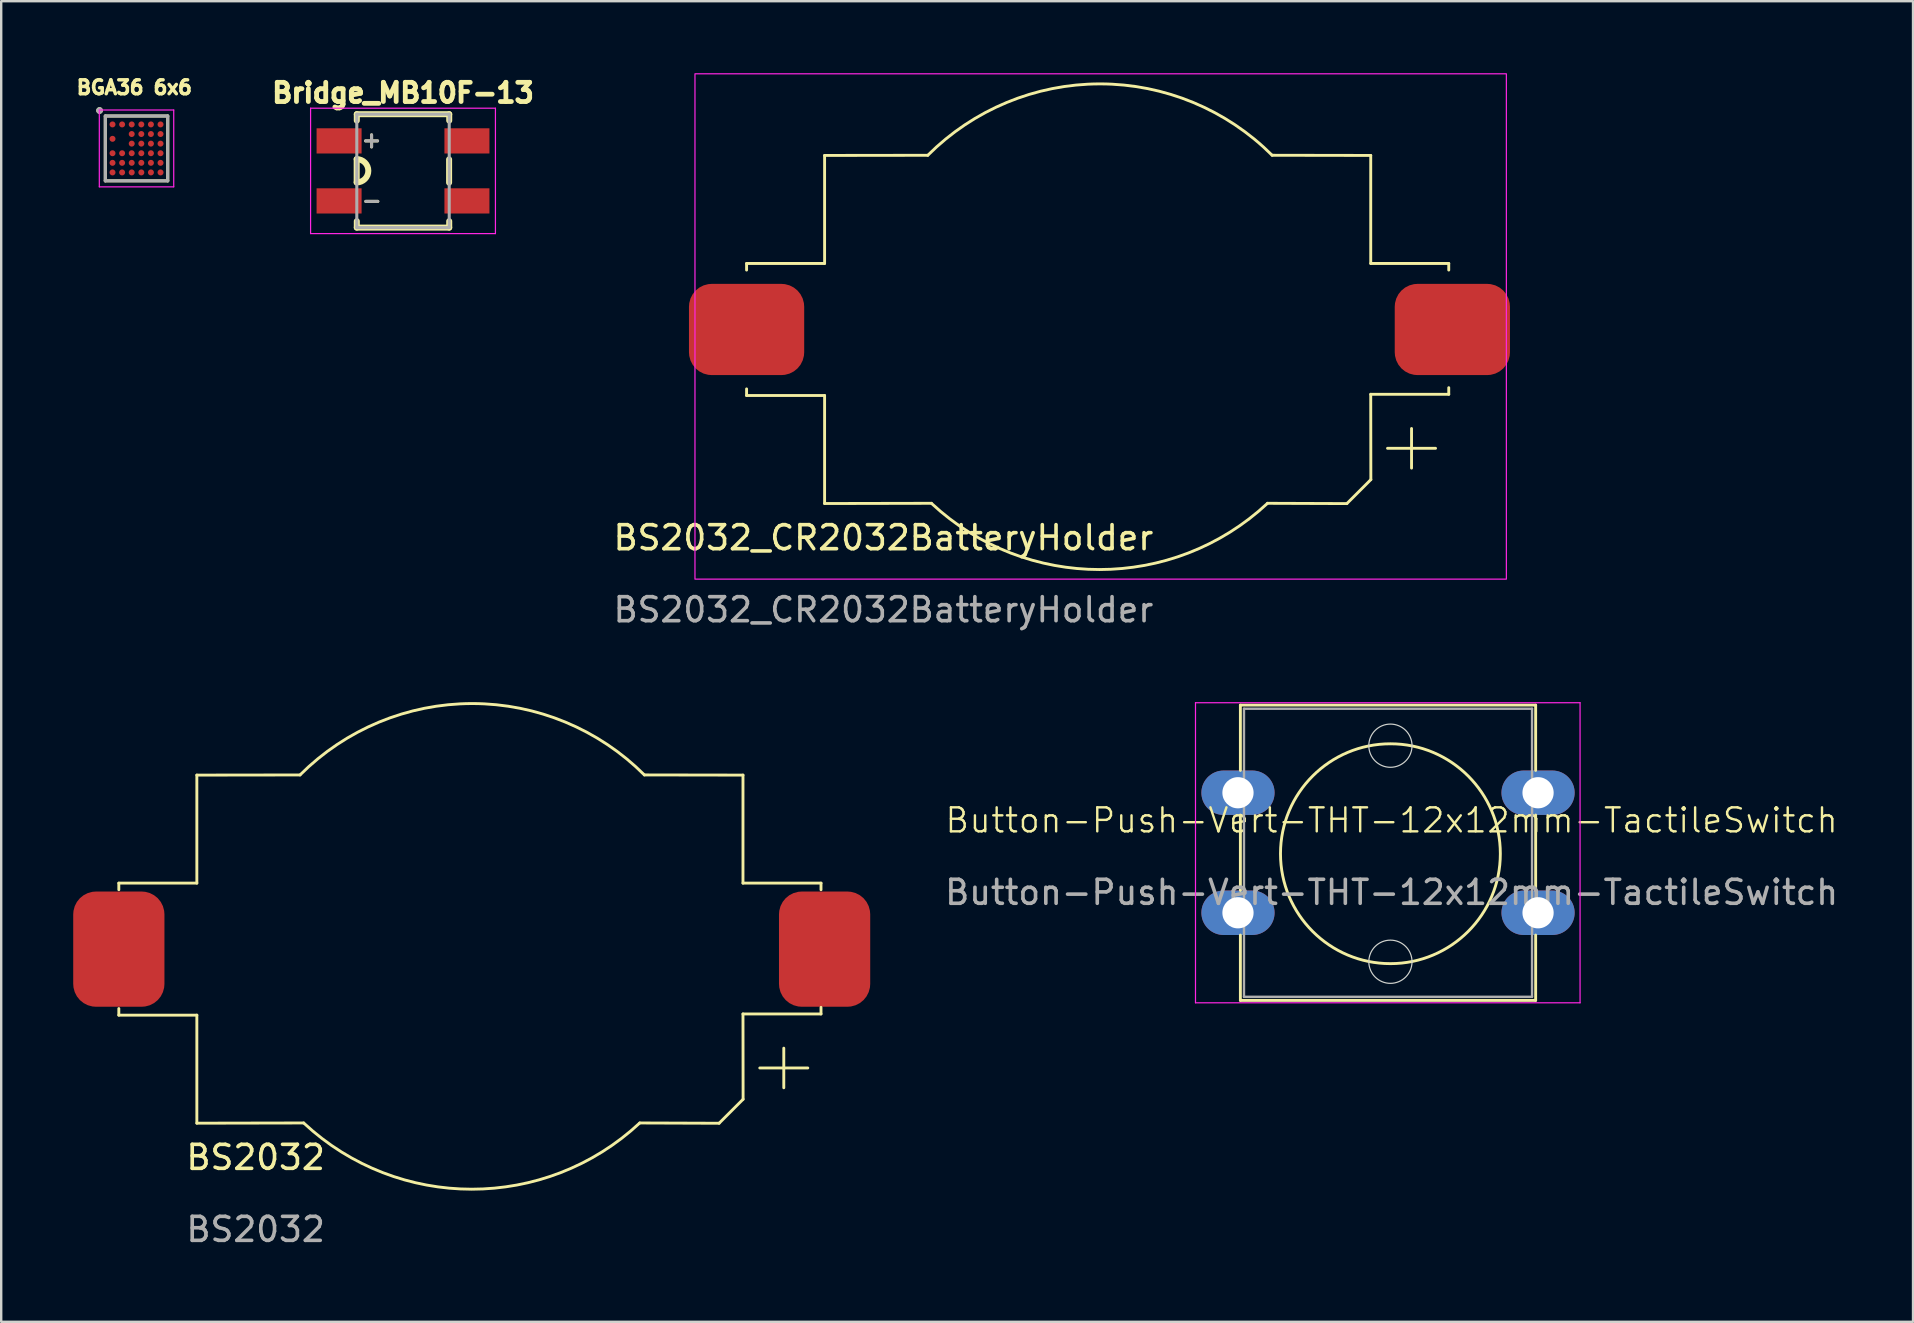
<source format=kicad_pcb>
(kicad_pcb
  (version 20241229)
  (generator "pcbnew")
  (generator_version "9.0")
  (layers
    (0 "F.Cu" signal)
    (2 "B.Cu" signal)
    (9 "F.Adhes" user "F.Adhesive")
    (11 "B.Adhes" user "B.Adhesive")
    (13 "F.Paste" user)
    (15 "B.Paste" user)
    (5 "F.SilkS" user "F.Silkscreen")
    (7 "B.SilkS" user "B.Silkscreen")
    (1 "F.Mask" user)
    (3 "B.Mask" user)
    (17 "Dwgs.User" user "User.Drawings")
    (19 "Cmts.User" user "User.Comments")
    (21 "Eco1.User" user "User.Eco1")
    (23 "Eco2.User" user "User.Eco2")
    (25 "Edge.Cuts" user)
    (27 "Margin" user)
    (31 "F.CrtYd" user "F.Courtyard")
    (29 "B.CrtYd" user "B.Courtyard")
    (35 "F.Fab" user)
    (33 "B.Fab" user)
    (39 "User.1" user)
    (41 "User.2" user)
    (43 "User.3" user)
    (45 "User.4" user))
  (footprint "BS2032"
    (layer "F.Cu")
    (at 16.6 36.488)
    (property "Reference" "BS2032" (at -9 8.675 0) (unlocked yes) (layer "F.SilkS") (effects (font (size 1 1) (thickness 0.15))))
    (attr smd)
    (fp_line (start -14.7 -2.475) (end -14.7 -2.75) (stroke (width 0.12) (type solid)) (layer "F.SilkS"))
    (fp_line (start -14.7 2.475) (end -14.7 2.75) (stroke (width 0.12) (type solid)) (layer "F.SilkS"))
    (fp_line (start -14.7 2.75) (end -11.45 2.75) (stroke (width 0.12) (type solid)) (layer "F.SilkS"))
    (fp_line (start -11.45 -2.75) (end -14.7 -2.75) (stroke (width 0.12) (type solid)) (layer "F.SilkS"))
    (fp_line (start -11.45 -2.75) (end -11.45 -7.25) (stroke (width 0.12) (type solid)) (layer "F.SilkS"))
    (fp_line (start -11.45 2.75) (end -11.45 7.25) (stroke (width 0.12) (type solid)) (layer "F.SilkS"))
    (fp_line (start -7.152 -7.256) (end -11.45 -7.25) (stroke (width 0.12) (type solid)) (layer "F.SilkS"))
    (fp_line (start -7 7.241) (end -11.45 7.25) (stroke (width 0.12) (type solid)) (layer "F.SilkS"))
    (fp_line (start 7 7.241) (end 10.305 7.253) (stroke (width 0.12) (type solid)) (layer "F.SilkS"))
    (fp_line (start 7.193 -7.257) (end 11.3 -7.25) (stroke (width 0.12) (type solid)) (layer "F.SilkS"))
    (fp_line (start 11.3 -2.75) (end 11.3 -7.25) (stroke (width 0.12) (type solid)) (layer "F.SilkS"))
    (fp_line (start 11.3 -2.75) (end 14.55 -2.75) (stroke (width 0.12) (type solid)) (layer "F.SilkS"))
    (fp_line (start 11.3 2.7) (end 11.305 6.253) (stroke (width 0.12) (type solid)) (layer "F.SilkS"))
    (fp_line (start 11.3 2.7) (end 14.55 2.7) (stroke (width 0.12) (type solid)) (layer "F.SilkS"))
    (fp_line (start 11.305 6.253) (end 10.305 7.253) (stroke (width 0.12) (type solid)) (layer "F.SilkS"))
    (fp_line (start 12 4.95) (end 14 4.95) (stroke (width 0.12) (type solid)) (layer "F.SilkS"))
    (fp_line (start 13 4.125) (end 13 5.775) (stroke (width 0.12) (type solid)) (layer "F.SilkS"))
    (fp_line (start 14.55 -2.475) (end 14.55 -2.75) (stroke (width 0.12) (type solid)) (layer "F.SilkS"))
    (fp_line (start 14.55 2.7) (end 14.55 2.425) (stroke (width 0.12) (type solid)) (layer "F.SilkS"))
    (fp_arc (start -7.151612 -7.255735) (mid 0.020824 -10.230199) (end 7.192551 -7.256671) (stroke (width 0.12) (type solid)) (layer "F.SilkS"))
    (fp_arc (start 7 7.240858) (mid 0 10) (end -7 7.240858) (stroke (width 0.12) (type solid)) (layer "F.SilkS"))
    (fp_text user "${REFERENCE}" (at -9 11.675 0) (unlocked yes) (layer "F.Fab") (effects (font (size 1 1) (thickness 0.15))))
    (pad "1" smd roundrect (at 14.7 0) (size 3.8 4.8) (layers "F.Cu" "F.Mask" "F.Paste") (roundrect_rratio 0.25))
    (pad "2" smd roundrect (at -14.7 0) (size 3.8 4.8) (layers "F.Cu" "F.Mask" "F.Paste") (roundrect_rratio 0.25)))
  (footprint "Button-Push-Vert-THT-12x12mm-TactileSwitch"
    (layer "F.Cu")
    (at 54.87 32.513)
    (property "Reference" "Button-Push-Vert-THT-12x12mm-TactileSwitch" (at 0.05 -1.39 0) (unlocked yes) (layer "F.SilkS") (effects (font (size 1 1) (thickness 0.1))))
    (attr through_hole)
    (fp_line (start -6.25 -6.19) (end 6.05 -6.19) (stroke (width 0.12) (type solid)) (layer "F.SilkS"))
    (fp_line (start -6.25 -3.47) (end -6.25 -6.19) (stroke (width 0.12) (type solid)) (layer "F.SilkS"))
    (fp_line (start -6.25 1.53) (end -6.25 -1.61) (stroke (width 0.12) (type solid)) (layer "F.SilkS"))
    (fp_line (start -6.25 6.11) (end -6.25 3.39) (stroke (width 0.12) (type solid)) (layer "F.SilkS"))
    (fp_line (start 6.05 -6.19) (end 6.05 -3.47) (stroke (width 0.12) (type solid)) (layer "F.SilkS"))
    (fp_line (start 6.05 -1.61) (end 6.05 1.53) (stroke (width 0.12) (type solid)) (layer "F.SilkS"))
    (fp_line (start 6.05 3.39) (end 6.05 6.11) (stroke (width 0.12) (type solid)) (layer "F.SilkS"))
    (fp_line (start 6.05 6.11) (end -6.25 6.11) (stroke (width 0.12) (type solid)) (layer "F.SilkS"))
    (fp_circle (center 0 0) (end 3.81 2.54) (stroke (width 0.12) (type solid)) (fill no) (layer "F.SilkS"))
    (fp_circle (center 0 -4.5) (end 0.9 -4.5) (stroke (width 0.05) (type default)) (fill no) (layer "Edge.Cuts"))
    (fp_circle (center 0 4.5) (end 0.9 4.5) (stroke (width 0.05) (type default)) (fill no) (layer "Edge.Cuts"))
    (fp_line (start -8.12 -6.29) (end -8.12 6.21) (stroke (width 0.05) (type solid)) (layer "F.CrtYd"))
    (fp_line (start -8.12 -6.29) (end 7.9 -6.29) (stroke (width 0.05) (type solid)) (layer "F.CrtYd"))
    (fp_line (start 7.9 6.21) (end -8.12 6.21) (stroke (width 0.05) (type solid)) (layer "F.CrtYd"))
    (fp_line (start 7.9 6.21) (end 7.9 -6.29) (stroke (width 0.05) (type solid)) (layer "F.CrtYd"))
    (fp_line (start -6.1 -6.04) (end -6.1 5.96) (stroke (width 0.1) (type solid)) (layer "F.Fab"))
    (fp_line (start -6.1 -6.04) (end 5.9 -6.04) (stroke (width 0.1) (type solid)) (layer "F.Fab"))
    (fp_line (start -6.1 5.96) (end 5.9 5.96) (stroke (width 0.1) (type solid)) (layer "F.Fab"))
    (fp_line (start 5.9 -6.04) (end 5.9 5.96) (stroke (width 0.1) (type solid)) (layer "F.Fab"))
    (fp_text user "${REFERENCE}" (at 0.05 1.61 0) (unlocked yes) (layer "F.Fab") (effects (font (size 1 1) (thickness 0.15))))
    (pad "1" thru_hole oval (at -6.35 -2.54) (size 3.048 1.85) (drill 1.3) (layers "*.Cu" "*.Mask"))
    (pad "1" thru_hole oval (at 6.15 -2.54) (size 3.048 1.85) (drill 1.3) (layers "*.Cu" "*.Mask"))
    (pad "2" thru_hole oval (at -6.35 2.46) (size 3.048 1.85) (drill 1.3) (layers "*.Cu" "*.Mask"))
    (pad "2" thru_hole oval (at 6.15 2.46) (size 3.048 1.85) (drill 1.3) (layers "*.Cu" "*.Mask")))
  (footprint "BS2032_CR2032BatteryHolder"
    (layer "F.Cu")
    (at 42.75 10.675)
    (property "Reference" "BS2032_CR2032BatteryHolder" (at -9 8.675 0) (unlocked yes) (layer "F.SilkS") (effects (font (size 1 1) (thickness 0.15))))
    (attr smd)
    (fp_line (start -14.7 -2.475) (end -14.7 -2.75) (stroke (width 0.12) (type solid)) (layer "F.SilkS"))
    (fp_line (start -14.7 2.475) (end -14.7 2.75) (stroke (width 0.12) (type solid)) (layer "F.SilkS"))
    (fp_line (start -14.7 2.75) (end -11.45 2.75) (stroke (width 0.12) (type solid)) (layer "F.SilkS"))
    (fp_line (start -11.45 -2.75) (end -14.7 -2.75) (stroke (width 0.12) (type solid)) (layer "F.SilkS"))
    (fp_line (start -11.45 -2.75) (end -11.45 -7.25) (stroke (width 0.12) (type solid)) (layer "F.SilkS"))
    (fp_line (start -11.45 2.75) (end -11.45 7.25) (stroke (width 0.12) (type solid)) (layer "F.SilkS"))
    (fp_line (start -7.152 -7.256) (end -11.45 -7.25) (stroke (width 0.12) (type solid)) (layer "F.SilkS"))
    (fp_line (start -7 7.241) (end -11.45 7.25) (stroke (width 0.12) (type solid)) (layer "F.SilkS"))
    (fp_line (start 7 7.241) (end 10.305 7.253) (stroke (width 0.12) (type solid)) (layer "F.SilkS"))
    (fp_line (start 7.193 -7.257) (end 11.3 -7.25) (stroke (width 0.12) (type solid)) (layer "F.SilkS"))
    (fp_line (start 11.3 -2.75) (end 11.3 -7.25) (stroke (width 0.12) (type solid)) (layer "F.SilkS"))
    (fp_line (start 11.3 -2.75) (end 14.55 -2.75) (stroke (width 0.12) (type solid)) (layer "F.SilkS"))
    (fp_line (start 11.3 2.7) (end 11.305 6.253) (stroke (width 0.12) (type solid)) (layer "F.SilkS"))
    (fp_line (start 11.3 2.7) (end 14.55 2.7) (stroke (width 0.12) (type solid)) (layer "F.SilkS"))
    (fp_line (start 11.305 6.253) (end 10.305 7.253) (stroke (width 0.12) (type solid)) (layer "F.SilkS"))
    (fp_line (start 12 4.95) (end 14 4.95) (stroke (width 0.12) (type solid)) (layer "F.SilkS"))
    (fp_line (start 13 4.125) (end 13 5.775) (stroke (width 0.12) (type solid)) (layer "F.SilkS"))
    (fp_line (start 14.55 -2.475) (end 14.55 -2.75) (stroke (width 0.12) (type solid)) (layer "F.SilkS"))
    (fp_line (start 14.55 2.7) (end 14.55 2.425) (stroke (width 0.12) (type solid)) (layer "F.SilkS"))
    (fp_arc (start -7.151612 -7.255735) (mid 0.020824 -10.230199) (end 7.192551 -7.256671) (stroke (width 0.12) (type solid)) (layer "F.SilkS"))
    (fp_arc (start 7 7.240858) (mid 0 10) (end -7 7.240858) (stroke (width 0.12) (type solid)) (layer "F.SilkS"))
    (fp_rect (start -16.85 -10.65) (end 16.95 10.4) (stroke (width 0.05) (type solid)) (fill no) (layer "F.CrtYd"))
    (fp_text user "${REFERENCE}" (at -9 11.675 0) (unlocked yes) (layer "F.Fab") (effects (font (size 1 1) (thickness 0.15))))
    (pad "1" smd roundrect (at 14.7 0 270) (size 3.8 4.8) (layers "F.Cu" "F.Mask" "F.Paste") (roundrect_rratio 0.25))
    (pad "2" smd roundrect (at -14.7 0 270) (size 3.8 4.8) (layers "F.Cu" "F.Mask" "F.Paste") (roundrect_rratio 0.25)))
  (footprint "BGA36 6x6"
    (layer "F.Cu")
    (at 2.637 3.133)
    (property "Reference" "BGA36 6x6" (at -0.092 -2.54 0) (layer "F.SilkS") (effects (font (size 0.579 0.579) (thickness 0.15))))
    (attr through_hole)
    (fp_circle (center -1 -1) (end -0.825 -1) (stroke (width 0) (type solid)) (fill yes) (layer "F.Mask"))
    (fp_circle (center -1 -0.4) (end -0.825 -0.4) (stroke (width 0) (type solid)) (fill yes) (layer "F.Mask"))
    (fp_circle (center -1 0.2) (end -0.825 0.2) (stroke (width 0) (type solid)) (fill yes) (layer "F.Mask"))
    (fp_circle (center -1 0.6) (end -0.825 0.6) (stroke (width 0) (type solid)) (fill yes) (layer "F.Mask"))
    (fp_circle (center -1 1) (end -0.825 1) (stroke (width 0) (type solid)) (fill yes) (layer "F.Mask"))
    (fp_circle (center -0.6 -1) (end -0.425 -1) (stroke (width 0) (type solid)) (fill yes) (layer "F.Mask"))
    (fp_circle (center -0.6 0.2) (end -0.425 0.2) (stroke (width 0) (type solid)) (fill yes) (layer "F.Mask"))
    (fp_circle (center -0.6 0.6) (end -0.425 0.6) (stroke (width 0) (type solid)) (fill yes) (layer "F.Mask"))
    (fp_circle (center -0.6 1) (end -0.425 1) (stroke (width 0) (type solid)) (fill yes) (layer "F.Mask"))
    (fp_circle (center -0.2 -1) (end -0.025 -1) (stroke (width 0) (type solid)) (fill yes) (layer "F.Mask"))
    (fp_circle (center -0.2 -0.6) (end -0.025 -0.6) (stroke (width 0) (type solid)) (fill yes) (layer "F.Mask"))
    (fp_circle (center -0.2 -0.2) (end -0.025 -0.2) (stroke (width 0) (type solid)) (fill yes) (layer "F.Mask"))
    (fp_circle (center -0.2 0.2) (end -0.025 0.2) (stroke (width 0) (type solid)) (fill yes) (layer "F.Mask"))
    (fp_circle (center -0.2 0.6) (end -0.025 0.6) (stroke (width 0) (type solid)) (fill yes) (layer "F.Mask"))
    (fp_circle (center -0.2 1) (end -0.025 1) (stroke (width 0) (type solid)) (fill yes) (layer "F.Mask"))
    (fp_circle (center 0.2 -1) (end 0.375 -1) (stroke (width 0) (type solid)) (fill yes) (layer "F.Mask"))
    (fp_circle (center 0.2 -0.6) (end 0.375 -0.6) (stroke (width 0) (type solid)) (fill yes) (layer "F.Mask"))
    (fp_circle (center 0.2 -0.2) (end 0.375 -0.2) (stroke (width 0) (type solid)) (fill yes) (layer "F.Mask"))
    (fp_circle (center 0.2 0.2) (end 0.375 0.2) (stroke (width 0) (type solid)) (fill yes) (layer "F.Mask"))
    (fp_circle (center 0.2 0.6) (end 0.375 0.6) (stroke (width 0) (type solid)) (fill yes) (layer "F.Mask"))
    (fp_circle (center 0.2 1) (end 0.375 1) (stroke (width 0) (type solid)) (fill yes) (layer "F.Mask"))
    (fp_circle (center 0.6 -1) (end 0.775 -1) (stroke (width 0) (type solid)) (fill yes) (layer "F.Mask"))
    (fp_circle (center 0.6 -0.6) (end 0.775 -0.6) (stroke (width 0) (type solid)) (fill yes) (layer "F.Mask"))
    (fp_circle (center 0.6 -0.2) (end 0.775 -0.2) (stroke (width 0) (type solid)) (fill yes) (layer "F.Mask"))
    (fp_circle (center 0.6 0.2) (end 0.775 0.2) (stroke (width 0) (type solid)) (fill yes) (layer "F.Mask"))
    (fp_circle (center 0.6 0.6) (end 0.775 0.6) (stroke (width 0) (type solid)) (fill yes) (layer "F.Mask"))
    (fp_circle (center 0.6 1) (end 0.775 1) (stroke (width 0) (type solid)) (fill yes) (layer "F.Mask"))
    (fp_circle (center 1 -1) (end 1.175 -1) (stroke (width 0) (type solid)) (fill yes) (layer "F.Mask"))
    (fp_circle (center 1 -0.6) (end 1.175 -0.6) (stroke (width 0) (type solid)) (fill yes) (layer "F.Mask"))
    (fp_circle (center 1 -0.2) (end 1.175 -0.2) (stroke (width 0) (type solid)) (fill yes) (layer "F.Mask"))
    (fp_circle (center 1 0.2) (end 1.175 0.2) (stroke (width 0) (type solid)) (fill yes) (layer "F.Mask"))
    (fp_circle (center 1 0.6) (end 1.175 0.6) (stroke (width 0) (type solid)) (fill yes) (layer "F.Mask"))
    (fp_circle (center 1 1) (end 1.175 1) (stroke (width 0) (type solid)) (fill yes) (layer "F.Mask"))
    (fp_line (start -1.3 -1.35) (end 1.3 -1.35) (stroke (width 0.127) (type solid)) (layer "F.SilkS"))
    (fp_line (start -1.3 1.35) (end -1.3 -1.35) (stroke (width 0.127) (type solid)) (layer "F.SilkS"))
    (fp_line (start 1.3 -1.35) (end 1.3 1.35) (stroke (width 0.127) (type solid)) (layer "F.SilkS"))
    (fp_line (start 1.3 1.35) (end -1.3 1.35) (stroke (width 0.127) (type solid)) (layer "F.SilkS"))
    (fp_circle (center -1.54 -1.58) (end -1.47 -1.58) (stroke (width 0.14) (type solid)) (fill no) (layer "F.SilkS"))
    (fp_line (start -1.55 -1.6) (end 1.55 -1.6) (stroke (width 0.05) (type solid)) (layer "F.CrtYd"))
    (fp_line (start -1.55 1.6) (end -1.55 -1.6) (stroke (width 0.05) (type solid)) (layer "F.CrtYd"))
    (fp_line (start 1.55 -1.6) (end 1.55 1.6) (stroke (width 0.05) (type solid)) (layer "F.CrtYd"))
    (fp_line (start 1.55 1.6) (end -1.55 1.6) (stroke (width 0.05) (type solid)) (layer "F.CrtYd"))
    (fp_line (start -1.3 -1.35) (end 1.3 -1.35) (stroke (width 0.127) (type solid)) (layer "F.Fab"))
    (fp_line (start -1.3 1.35) (end -1.3 -1.35) (stroke (width 0.127) (type solid)) (layer "F.Fab"))
    (fp_line (start 1.3 -1.35) (end 1.3 1.35) (stroke (width 0.127) (type solid)) (layer "F.Fab"))
    (fp_line (start 1.3 1.35) (end -1.3 1.35) (stroke (width 0.127) (type solid)) (layer "F.Fab"))
    (fp_circle (center -1.54 -1.58) (end -1.47 -1.58) (stroke (width 0.14) (type solid)) (fill no) (layer "F.Fab"))
    (pad "A1" smd circle (at -1 -1) (size 0.25 0.25) (layers "F.Cu" "F.Paste"))
    (pad "A2" smd circle (at -0.6 -1) (size 0.25 0.25) (layers "F.Cu" "F.Paste"))
    (pad "A3" smd circle (at -0.2 -1) (size 0.25 0.25) (layers "F.Cu" "F.Paste"))
    (pad "A4" smd circle (at 0.2 -1) (size 0.25 0.25) (layers "F.Cu" "F.Paste"))
    (pad "A5" smd circle (at 0.6 -1) (size 0.25 0.25) (layers "F.Cu" "F.Paste"))
    (pad "A6" smd circle (at 1 -1) (size 0.25 0.25) (layers "F.Cu" "F.Paste"))
    (pad "B3" smd circle (at -0.2 -0.6) (size 0.25 0.25) (layers "F.Cu" "F.Paste"))
    (pad "B4" smd circle (at 0.2 -0.6) (size 0.25 0.25) (layers "F.Cu" "F.Paste"))
    (pad "B5" smd circle (at 0.6 -0.6) (size 0.25 0.25) (layers "F.Cu" "F.Paste"))
    (pad "B6" smd circle (at 1 -0.6) (size 0.25 0.25) (layers "F.Cu" "F.Paste"))
    (pad "C1" smd circle (at -1 -0.4) (size 0.25 0.25) (layers "F.Cu" "F.Paste"))
    (pad "D3" smd circle (at -0.2 -0.2) (size 0.25 0.25) (layers "F.Cu" "F.Paste"))
    (pad "D4" smd circle (at 0.2 -0.2) (size 0.25 0.25) (layers "F.Cu" "F.Paste"))
    (pad "D5" smd circle (at 0.6 -0.2) (size 0.25 0.25) (layers "F.Cu" "F.Paste"))
    (pad "D6" smd circle (at 1 -0.2) (size 0.25 0.25) (layers "F.Cu" "F.Paste"))
    (pad "E1" smd circle (at -1 0.2) (size 0.25 0.25) (layers "F.Cu" "F.Paste"))
    (pad "E2" smd circle (at -0.6 0.2) (size 0.25 0.25) (layers "F.Cu" "F.Paste"))
    (pad "E3" smd circle (at -0.2 0.2) (size 0.25 0.25) (layers "F.Cu" "F.Paste"))
    (pad "E4" smd circle (at 0.2 0.2) (size 0.25 0.25) (layers "F.Cu" "F.Paste"))
    (pad "E5" smd circle (at 0.6 0.2) (size 0.25 0.25) (layers "F.Cu" "F.Paste"))
    (pad "E6" smd circle (at 1 0.2) (size 0.25 0.25) (layers "F.Cu" "F.Paste"))
    (pad "F1" smd circle (at -1 0.6) (size 0.25 0.25) (layers "F.Cu" "F.Paste"))
    (pad "F2" smd circle (at -0.6 0.6) (size 0.25 0.25) (layers "F.Cu" "F.Paste"))
    (pad "F3" smd circle (at -0.2 0.6) (size 0.25 0.25) (layers "F.Cu" "F.Paste"))
    (pad "F4" smd circle (at 0.2 0.6) (size 0.25 0.25) (layers "F.Cu" "F.Paste"))
    (pad "F5" smd circle (at 0.6 0.6) (size 0.25 0.25) (layers "F.Cu" "F.Paste"))
    (pad "F6" smd circle (at 1 0.6) (size 0.25 0.25) (layers "F.Cu" "F.Paste"))
    (pad "G1" smd circle (at -1 1) (size 0.25 0.25) (layers "F.Cu" "F.Paste"))
    (pad "G2" smd circle (at -0.6 1) (size 0.25 0.25) (layers "F.Cu" "F.Paste"))
    (pad "G3" smd circle (at -0.2 1) (size 0.25 0.25) (layers "F.Cu" "F.Paste"))
    (pad "G4" smd circle (at 0.2 1) (size 0.25 0.25) (layers "F.Cu" "F.Paste"))
    (pad "G5" smd circle (at 0.6 1) (size 0.25 0.25) (layers "F.Cu" "F.Paste"))
    (pad "G6" smd circle (at 1 1) (size 0.25 0.25) (layers "F.Cu" "F.Paste")))
  (footprint "Bridge_MB10F-13"
    (layer "F.Cu")
    (at 13.738 4.069)
    (property "Reference" "Bridge_MB10F-13" (at 0 -3.25 0) (layer "F.SilkS") (effects (font (size 0.8 0.8) (thickness 0.2))))
    (attr smd)
    (fp_line (start -1.93 0.48) (end -1.93 -0.49) (stroke (width 0.25) (type solid)) (layer "F.SilkS"))
    (fp_line (start -1.925 -2.362) (end -1.925 -2.095) (stroke (width 0.25) (type solid)) (layer "F.SilkS"))
    (fp_line (start -1.925 2.095) (end -1.925 2.362) (stroke (width 0.25) (type solid)) (layer "F.SilkS"))
    (fp_line (start -1.925 2.362) (end 1.925 2.362) (stroke (width 0.25) (type solid)) (layer "F.SilkS"))
    (fp_line (start -1.56 -1.25) (end -1.06 -1.25) (stroke (width 0.127) (type solid)) (layer "F.SilkS"))
    (fp_line (start -1.55 1.27) (end -1.05 1.27) (stroke (width 0.127) (type solid)) (layer "F.SilkS"))
    (fp_line (start -1.31 -1.5) (end -1.31 -1) (stroke (width 0.127) (type solid)) (layer "F.SilkS"))
    (fp_line (start 1.92 0.49) (end 1.92 -0.48) (stroke (width 0.25) (type solid)) (layer "F.SilkS"))
    (fp_line (start 1.925 -2.362) (end -1.925 -2.362) (stroke (width 0.25) (type solid)) (layer "F.SilkS"))
    (fp_line (start 1.925 -2.095) (end 1.925 -2.362) (stroke (width 0.25) (type solid)) (layer "F.SilkS"))
    (fp_line (start 1.925 2.362) (end 1.925 2.095) (stroke (width 0.25) (type solid)) (layer "F.SilkS"))
    (fp_arc (start -1.93 -0.49) (mid -1.445 -0.005) (end -1.93 0.48) (stroke (width 0.25) (type solid)) (layer "F.SilkS"))
    (fp_line (start -3.85 2.612) (end -3.85 -2.612) (stroke (width 0.05) (type solid)) (layer "F.CrtYd"))
    (fp_line (start 3.85 -2.612) (end -3.85 -2.612) (stroke (width 0.05) (type solid)) (layer "F.CrtYd"))
    (fp_line (start 3.85 2.612) (end -3.85 2.612) (stroke (width 0.05) (type solid)) (layer "F.CrtYd"))
    (fp_line (start 3.85 2.612) (end 3.85 -2.612) (stroke (width 0.05) (type solid)) (layer "F.CrtYd"))
    (fp_line (start -1.925 2.362) (end -1.925 -2.362) (stroke (width 0.127) (type solid)) (layer "F.Fab"))
    (fp_line (start -1.56 -1.25) (end -1.06 -1.25) (stroke (width 0.127) (type solid)) (layer "F.Fab"))
    (fp_line (start -1.55 1.27) (end -1.05 1.27) (stroke (width 0.127) (type solid)) (layer "F.Fab"))
    (fp_line (start -1.31 -1.5) (end -1.31 -1) (stroke (width 0.127) (type solid)) (layer "F.Fab"))
    (fp_line (start 1.925 -2.362) (end -1.925 -2.362) (stroke (width 0.127) (type solid)) (layer "F.Fab"))
    (fp_line (start 1.925 2.362) (end -1.925 2.362) (stroke (width 0.127) (type solid)) (layer "F.Fab"))
    (fp_line (start 1.925 2.362) (end 1.925 -2.362) (stroke (width 0.127) (type solid)) (layer "F.Fab"))
    (pad "1" smd rect (at -2.663 -1.25) (size 1.875 1.05) (layers "F.Cu" "F.Mask" "F.Paste"))
    (pad "2" smd rect (at 2.663 1.25 180) (size 1.875 1.05) (layers "F.Cu" "F.Mask" "F.Paste"))
    (pad "3" smd rect (at -2.663 1.25) (size 1.875 1.05) (layers "F.Cu" "F.Mask" "F.Paste"))
    (pad "4" smd rect (at 2.663 -1.25 180) (size 1.875 1.05) (layers "F.Cu" "F.Mask" "F.Paste")))
  (gr_rect
    (start -3 -3)
    (end 76.64 52.012)
    (stroke (width 0.1) (type default))
    (fill no)
    (layer "Edge.Cuts")))
</source>
